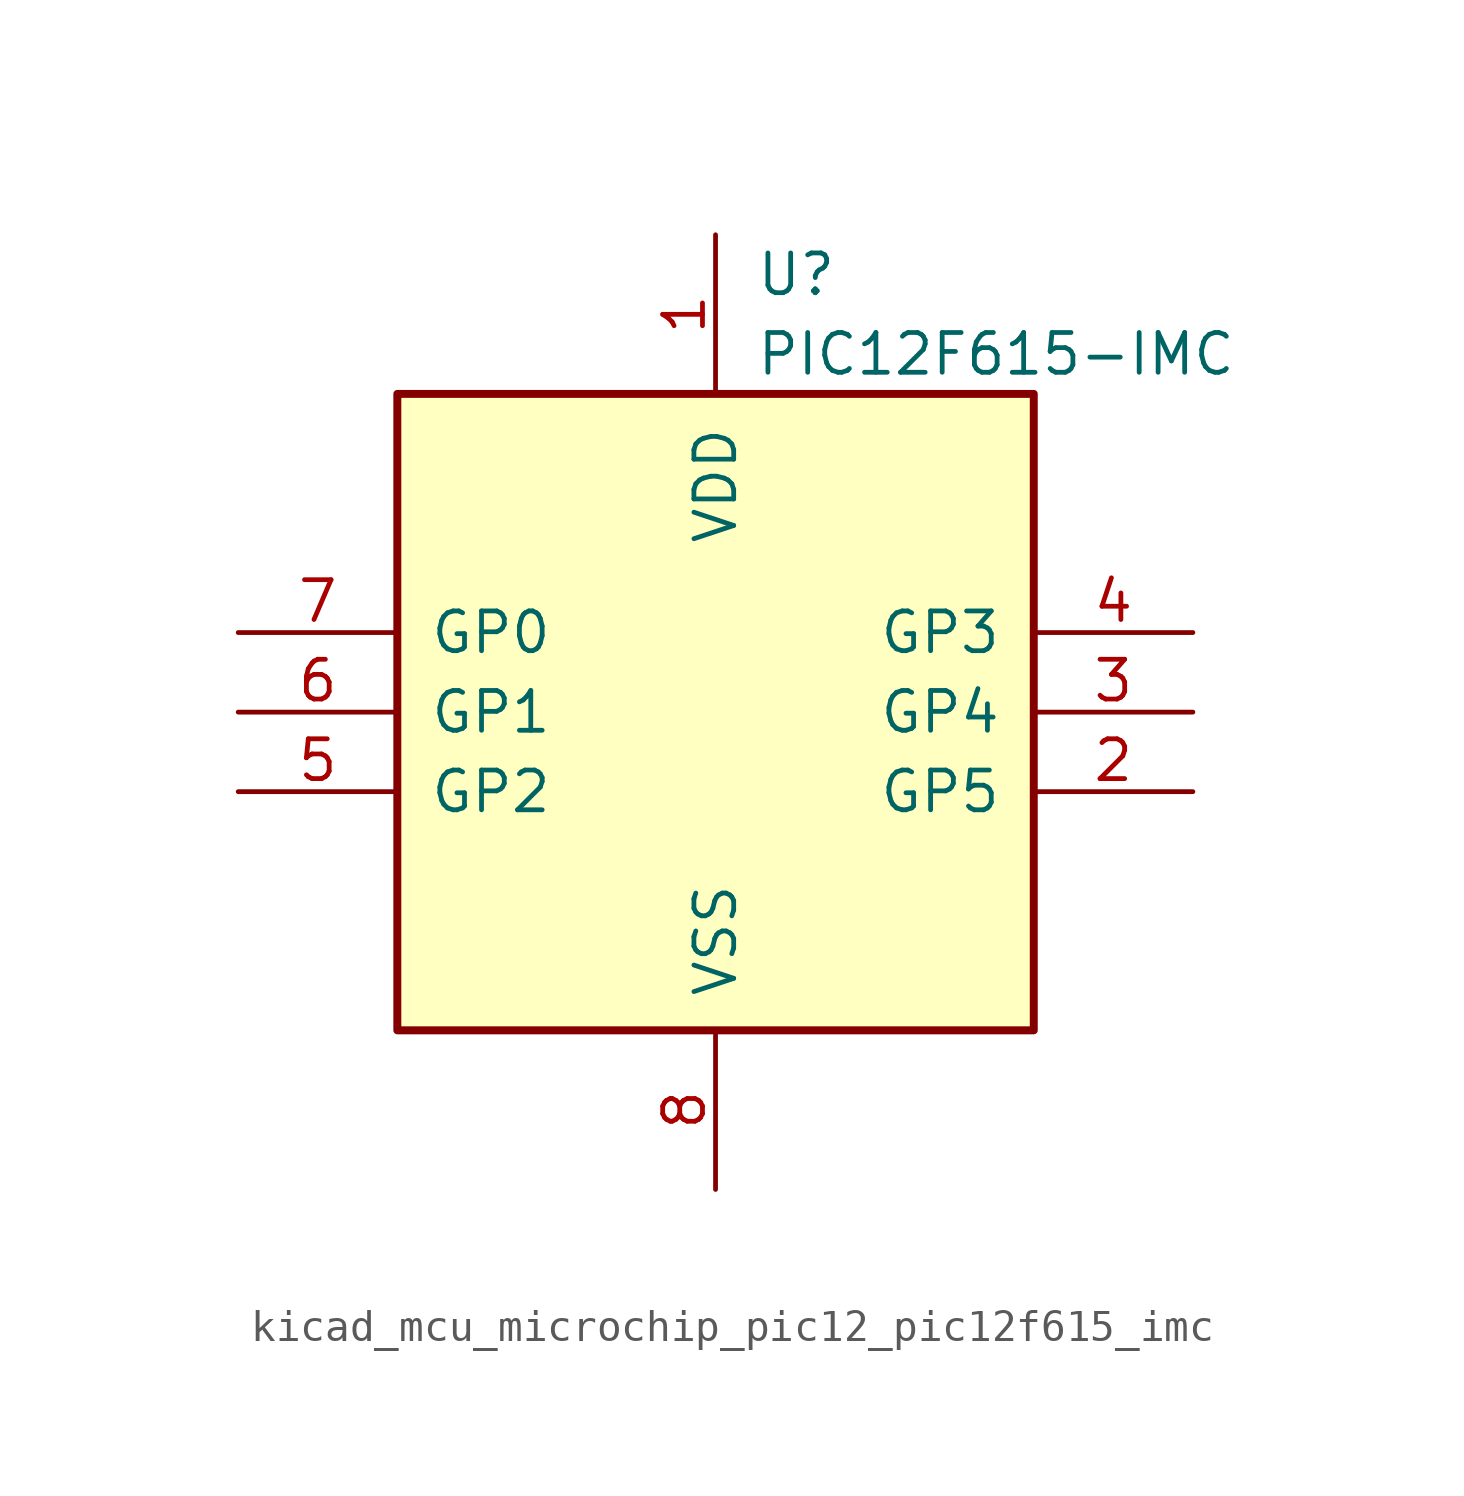
<source format=kicad_sym>
(kicad_symbol_lib
  (version 20220914)
  (generator kicad_symbol_editor)
  (symbol "kicad_mcu_microchip_pic12_pic12f615_imc"
    (pin_names
      (offset 1.016))
    (property "Reference" "U"
      (at 1.27 13.97 0)
      (effects (font (size 1.27 1.27)) (justify left)))
    (property "Value" "PIC12F615-IMC"
      (at 1.27 11.43 0)
      (effects (font (size 1.27 1.27)) (justify left)))
    (symbol "kicad_mcu_microchip_pic12_pic12f615_imc_0_1"
      (rectangle (start 10.16 -10.16) (end -10.16 10.16) (stroke (width 0.254) (type default)) (fill (type background))))
    (symbol "kicad_mcu_microchip_pic12_pic12f615_imc_1_1"
      (pin power_in line (at 0 15.24 270) (length 5.08) (name "VDD" (effects (font (size 1.27 1.27)))) (number "1" (effects (font (size 1.27 1.27)))))
      (pin bidirectional line (at 15.24 -2.54 180) (length 5.08) (name "GP5" (effects (font (size 1.27 1.27)))) (number "2" (effects (font (size 1.27 1.27)))))
      (pin bidirectional line (at 15.24 0 180) (length 5.08) (name "GP4" (effects (font (size 1.27 1.27)))) (number "3" (effects (font (size 1.27 1.27)))))
      (pin input line (at 15.24 2.54 180) (length 5.08) (name "GP3" (effects (font (size 1.27 1.27)))) (number "4" (effects (font (size 1.27 1.27)))))
      (pin bidirectional line (at -15.24 -2.54 0) (length 5.08) (name "GP2" (effects (font (size 1.27 1.27)))) (number "5" (effects (font (size 1.27 1.27)))))
      (pin bidirectional line (at -15.24 0 0) (length 5.08) (name "GP1" (effects (font (size 1.27 1.27)))) (number "6" (effects (font (size 1.27 1.27)))))
      (pin bidirectional line (at -15.24 2.54 0) (length 5.08) (name "GP0" (effects (font (size 1.27 1.27)))) (number "7" (effects (font (size 1.27 1.27)))))
      (pin power_in line (at 0 -15.24 90) (length 5.08) (name "VSS" (effects (font (size 1.27 1.27)))) (number "8" (effects (font (size 1.27 1.27))))))))
</source>
